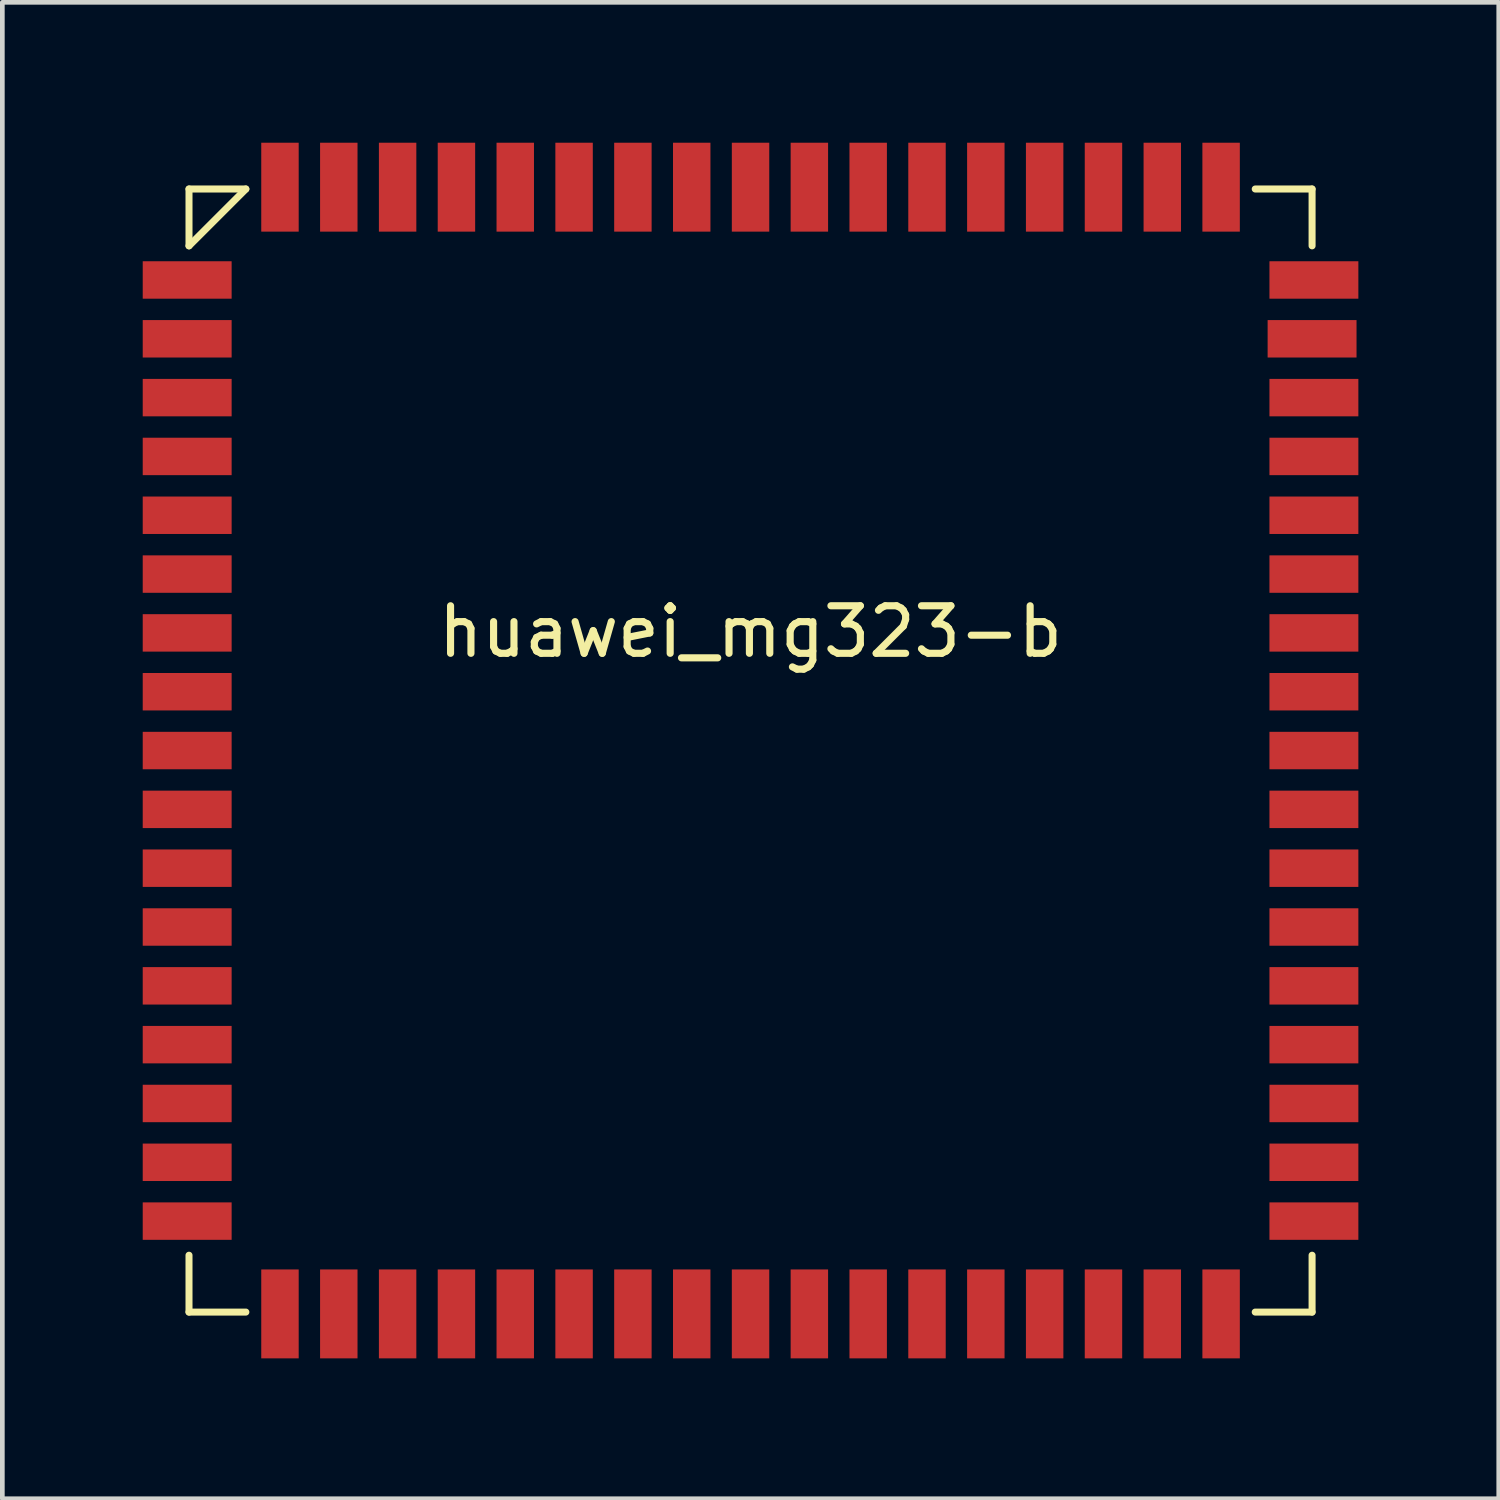
<source format=kicad_pcb>
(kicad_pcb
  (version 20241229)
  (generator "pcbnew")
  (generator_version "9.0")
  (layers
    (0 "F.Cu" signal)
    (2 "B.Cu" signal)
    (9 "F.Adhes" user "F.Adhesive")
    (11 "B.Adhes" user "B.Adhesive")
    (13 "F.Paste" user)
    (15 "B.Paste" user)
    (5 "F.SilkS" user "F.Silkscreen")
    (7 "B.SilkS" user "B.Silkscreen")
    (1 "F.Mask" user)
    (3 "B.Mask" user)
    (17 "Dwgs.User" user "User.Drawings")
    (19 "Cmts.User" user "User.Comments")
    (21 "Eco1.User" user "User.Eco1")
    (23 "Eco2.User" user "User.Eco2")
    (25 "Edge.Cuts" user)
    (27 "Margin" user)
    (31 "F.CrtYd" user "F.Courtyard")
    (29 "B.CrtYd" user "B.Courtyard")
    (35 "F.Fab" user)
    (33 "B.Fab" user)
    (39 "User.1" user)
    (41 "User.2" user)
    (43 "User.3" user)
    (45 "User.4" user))
  (footprint "huawei_mg323-b"
    (layer "F.Cu")
    (at 12.989 12.989)
    (property "Reference" "huawei_mg323-b" (at 0 -2.54 0) (layer "F.SilkS") (effects (font (size 1.016 1.016) (thickness 0.152))))
    (attr through_hole)
    (fp_line (start -12 -12) (end -12 -10.785) (stroke (width 0.15) (type solid)) (layer "F.SilkS"))
    (fp_line (start -12 12) (end -12 10.785) (stroke (width 0.15) (type solid)) (layer "F.SilkS"))
    (fp_line (start -10.785 -12) (end -12 -12) (stroke (width 0.15) (type solid)) (layer "F.SilkS"))
    (fp_line (start -10.785 -12) (end -12 -10.785) (stroke (width 0.15) (type solid)) (layer "F.SilkS"))
    (fp_line (start -10.785 12) (end -12 12) (stroke (width 0.15) (type solid)) (layer "F.SilkS"))
    (fp_line (start 10.785 12) (end 12 12) (stroke (width 0.15) (type solid)) (layer "F.SilkS"))
    (fp_line (start 12 -12) (end 10.785 -12) (stroke (width 0.15) (type solid)) (layer "F.SilkS"))
    (fp_line (start 12 -10.785) (end 12 -12) (stroke (width 0.15) (type solid)) (layer "F.SilkS"))
    (fp_line (start 12 12) (end 12 10.785) (stroke (width 0.15) (type solid)) (layer "F.SilkS"))
    (pad "1" smd rect (at -12.039 -10.056) (size 1.9 0.8) (layers "F.Cu" "F.Mask" "F.Paste"))
    (pad "2" smd rect (at -12.039 -8.799) (size 1.9 0.8) (layers "F.Cu" "F.Mask" "F.Paste"))
    (pad "3" smd rect (at -12.039 -7.542) (size 1.9 0.8) (layers "F.Cu" "F.Mask" "F.Paste"))
    (pad "4" smd rect (at -12.039 -6.285) (size 1.9 0.8) (layers "F.Cu" "F.Mask" "F.Paste"))
    (pad "5" smd rect (at -12.039 -5.028) (size 1.9 0.8) (layers "F.Cu" "F.Mask" "F.Paste"))
    (pad "6" smd rect (at -12.039 -3.771) (size 1.9 0.8) (layers "F.Cu" "F.Mask" "F.Paste"))
    (pad "7" smd rect (at -12.039 -2.514) (size 1.9 0.8) (layers "F.Cu" "F.Mask" "F.Paste"))
    (pad "8" smd rect (at -12.039 -1.257) (size 1.9 0.8) (layers "F.Cu" "F.Mask" "F.Paste"))
    (pad "9" smd rect (at -12.039 0) (size 1.9 0.8) (layers "F.Cu" "F.Mask" "F.Paste"))
    (pad "10" smd rect (at -12.039 1.257) (size 1.9 0.8) (layers "F.Cu" "F.Mask" "F.Paste"))
    (pad "11" smd rect (at -12.039 2.514) (size 1.9 0.8) (layers "F.Cu" "F.Mask" "F.Paste"))
    (pad "12" smd rect (at -12.039 3.771) (size 1.9 0.8) (layers "F.Cu" "F.Mask" "F.Paste"))
    (pad "13" smd rect (at -12.039 5.028) (size 1.9 0.8) (layers "F.Cu" "F.Mask" "F.Paste"))
    (pad "14" smd rect (at -12.039 6.285) (size 1.9 0.8) (layers "F.Cu" "F.Mask" "F.Paste"))
    (pad "15" smd rect (at -12.039 7.542) (size 1.9 0.8) (layers "F.Cu" "F.Mask" "F.Paste"))
    (pad "16" smd rect (at -12.039 8.799) (size 1.9 0.8) (layers "F.Cu" "F.Mask" "F.Paste"))
    (pad "17" smd rect (at -12.039 10.056) (size 1.9 0.8) (layers "F.Cu" "F.Mask" "F.Paste"))
    (pad "18" smd rect (at -10.056 12.039 90) (size 1.9 0.8) (layers "F.Cu" "F.Mask" "F.Paste"))
    (pad "19" smd rect (at -8.799 12.039 90) (size 1.9 0.8) (layers "F.Cu" "F.Mask" "F.Paste"))
    (pad "20" smd rect (at -7.542 12.039 90) (size 1.9 0.8) (layers "F.Cu" "F.Mask" "F.Paste"))
    (pad "21" smd rect (at -6.285 12.039 90) (size 1.9 0.8) (layers "F.Cu" "F.Mask" "F.Paste"))
    (pad "22" smd rect (at -5.028 12.039 90) (size 1.9 0.8) (layers "F.Cu" "F.Mask" "F.Paste"))
    (pad "23" smd rect (at -3.771 12.039 90) (size 1.9 0.8) (layers "F.Cu" "F.Mask" "F.Paste"))
    (pad "24" smd rect (at -2.514 12.039 90) (size 1.9 0.8) (layers "F.Cu" "F.Mask" "F.Paste"))
    (pad "25" smd rect (at -1.257 12.039 90) (size 1.9 0.8) (layers "F.Cu" "F.Mask" "F.Paste"))
    (pad "26" smd rect (at 0 12.039 90) (size 1.9 0.8) (layers "F.Cu" "F.Mask" "F.Paste"))
    (pad "27" smd rect (at 1.257 12.039 90) (size 1.9 0.8) (layers "F.Cu" "F.Mask" "F.Paste"))
    (pad "28" smd rect (at 2.514 12.039 90) (size 1.9 0.8) (layers "F.Cu" "F.Mask" "F.Paste"))
    (pad "29" smd rect (at 3.771 12.039 90) (size 1.9 0.8) (layers "F.Cu" "F.Mask" "F.Paste"))
    (pad "30" smd rect (at 5.028 12.039 90) (size 1.9 0.8) (layers "F.Cu" "F.Mask" "F.Paste"))
    (pad "31" smd rect (at 6.285 12.039 90) (size 1.9 0.8) (layers "F.Cu" "F.Mask" "F.Paste"))
    (pad "32" smd rect (at 7.542 12.039 90) (size 1.9 0.8) (layers "F.Cu" "F.Mask" "F.Paste"))
    (pad "33" smd rect (at 8.799 12.039 90) (size 1.9 0.8) (layers "F.Cu" "F.Mask" "F.Paste"))
    (pad "34" smd rect (at 10.056 12.039 90) (size 1.9 0.8) (layers "F.Cu" "F.Mask" "F.Paste"))
    (pad "35" smd rect (at 12.039 10.056 180) (size 1.9 0.8) (layers "F.Cu" "F.Mask" "F.Paste"))
    (pad "36" smd rect (at 12.039 8.799 180) (size 1.9 0.8) (layers "F.Cu" "F.Mask" "F.Paste"))
    (pad "37" smd rect (at 12.039 7.542 180) (size 1.9 0.8) (layers "F.Cu" "F.Mask" "F.Paste"))
    (pad "38" smd rect (at 12.039 6.285 180) (size 1.9 0.8) (layers "F.Cu" "F.Mask" "F.Paste"))
    (pad "39" smd rect (at 12.039 5.028 180) (size 1.9 0.8) (layers "F.Cu" "F.Mask" "F.Paste"))
    (pad "40" smd rect (at 12.039 3.771 180) (size 1.9 0.8) (layers "F.Cu" "F.Mask" "F.Paste"))
    (pad "41" smd rect (at 12.039 2.514 180) (size 1.9 0.8) (layers "F.Cu" "F.Mask" "F.Paste"))
    (pad "42" smd rect (at 12.039 1.257 180) (size 1.9 0.8) (layers "F.Cu" "F.Mask" "F.Paste"))
    (pad "43" smd rect (at 12.039 0 180) (size 1.9 0.8) (layers "F.Cu" "F.Mask" "F.Paste"))
    (pad "44" smd rect (at 12.039 -1.257 180) (size 1.9 0.8) (layers "F.Cu" "F.Mask" "F.Paste"))
    (pad "45" smd rect (at 12.039 -2.514 180) (size 1.9 0.8) (layers "F.Cu" "F.Mask" "F.Paste"))
    (pad "46" smd rect (at 12.039 -3.771 180) (size 1.9 0.8) (layers "F.Cu" "F.Mask" "F.Paste"))
    (pad "47" smd rect (at 12.039 -5.028 180) (size 1.9 0.8) (layers "F.Cu" "F.Mask" "F.Paste"))
    (pad "48" smd rect (at 12.039 -6.285 180) (size 1.9 0.8) (layers "F.Cu" "F.Mask" "F.Paste"))
    (pad "49" smd rect (at 12.039 -7.542 180) (size 1.9 0.8) (layers "F.Cu" "F.Mask" "F.Paste"))
    (pad "50" smd rect (at 12 -8.799 180) (size 1.9 0.8) (layers "F.Cu" "F.Mask" "F.Paste"))
    (pad "51" smd rect (at 12.039 -10.056 180) (size 1.9 0.8) (layers "F.Cu" "F.Mask" "F.Paste"))
    (pad "52" smd rect (at 10.056 -12.039 270) (size 1.9 0.8) (layers "F.Cu" "F.Mask" "F.Paste"))
    (pad "53" smd rect (at 8.799 -12.039 270) (size 1.9 0.8) (layers "F.Cu" "F.Mask" "F.Paste"))
    (pad "54" smd rect (at 7.542 -12.039 270) (size 1.9 0.8) (layers "F.Cu" "F.Mask" "F.Paste"))
    (pad "55" smd rect (at 6.285 -12.039 270) (size 1.9 0.8) (layers "F.Cu" "F.Mask" "F.Paste"))
    (pad "56" smd rect (at 5.028 -12.039 270) (size 1.9 0.8) (layers "F.Cu" "F.Mask" "F.Paste"))
    (pad "57" smd rect (at 3.771 -12.039 270) (size 1.9 0.8) (layers "F.Cu" "F.Mask" "F.Paste"))
    (pad "58" smd rect (at 2.514 -12.039 270) (size 1.9 0.8) (layers "F.Cu" "F.Mask" "F.Paste"))
    (pad "59" smd rect (at 1.257 -12.039 270) (size 1.9 0.8) (layers "F.Cu" "F.Mask" "F.Paste"))
    (pad "60" smd rect (at 0 -12.039 270) (size 1.9 0.8) (layers "F.Cu" "F.Mask" "F.Paste"))
    (pad "61" smd rect (at -1.257 -12.039 270) (size 1.9 0.8) (layers "F.Cu" "F.Mask" "F.Paste"))
    (pad "62" smd rect (at -2.514 -12.039 270) (size 1.9 0.8) (layers "F.Cu" "F.Mask" "F.Paste"))
    (pad "63" smd rect (at -3.771 -12.039 270) (size 1.9 0.8) (layers "F.Cu" "F.Mask" "F.Paste"))
    (pad "64" smd rect (at -5.028 -12.039 270) (size 1.9 0.8) (layers "F.Cu" "F.Mask" "F.Paste"))
    (pad "65" smd rect (at -6.285 -12.039 270) (size 1.9 0.8) (layers "F.Cu" "F.Mask" "F.Paste"))
    (pad "66" smd rect (at -7.542 -12.039 270) (size 1.9 0.8) (layers "F.Cu" "F.Mask" "F.Paste"))
    (pad "67" smd rect (at -8.799 -12.039 270) (size 1.9 0.8) (layers "F.Cu" "F.Mask" "F.Paste"))
    (pad "68" smd rect (at -10.056 -12.039 270) (size 1.9 0.8) (layers "F.Cu" "F.Mask" "F.Paste")))
  (gr_rect
    (start -3 -3)
    (end 28.978 28.978)
    (stroke (width 0.1) (type default))
    (fill no)
    (layer "Edge.Cuts")))
</source>
